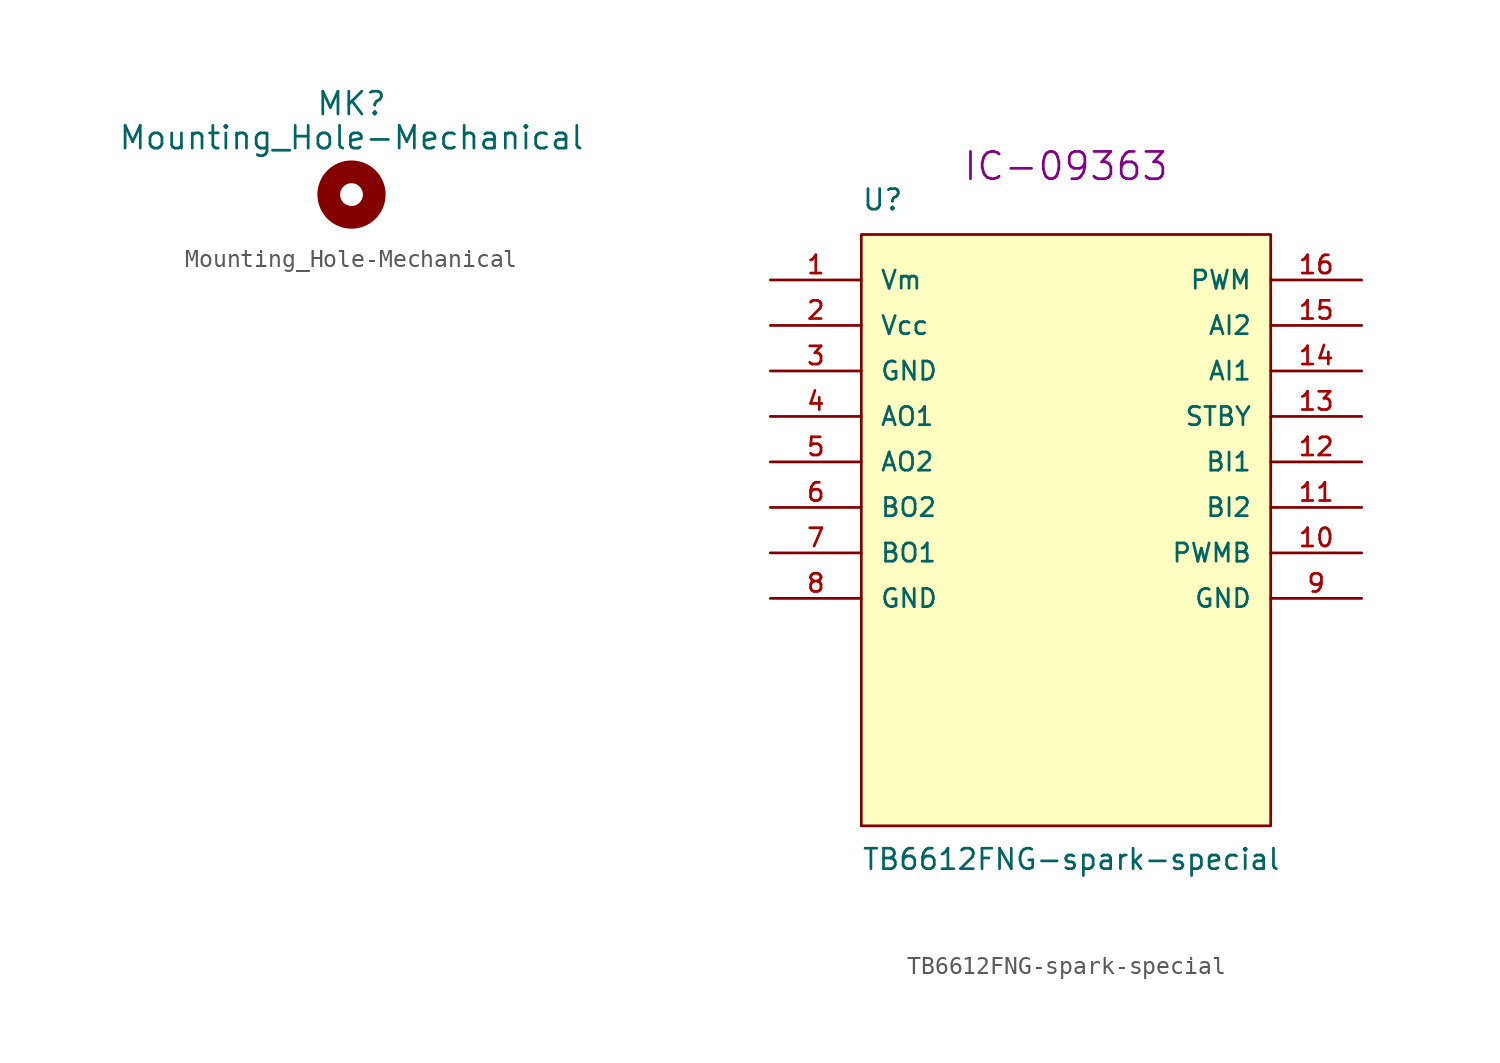
<source format=kicad_sym>
(kicad_symbol_lib
  (version 20220914)
  (generator kicad_symbol_editor)
  (symbol "Mounting_Hole-Mechanical"
    (pin_names
      (offset 1.016))
    (property "Reference" "MK"
      (at 0 5.08 0)
      (effects (font (size 1.27 1.27))))
    (property "Value" "Mounting_Hole-Mechanical"
      (at 0 3.175 0)
      (effects (font (size 1.27 1.27))))
    (symbol "Mounting_Hole-Mechanical_0_1"
      (circle (center 0 0) (radius 1.27) (stroke (width 1.27) (type solid)) (fill (type none)))))
  (symbol "TB6612FNG-spark-special"
    (pin_names
      (offset 1.016))
    (property "Reference" "U"
      (at -11.43 17.78 0)
      (effects (font (size 1.143 1.143)) (justify left bottom)))
    (property "Value" "TB6612FNG-spark-special"
      (at -11.43 -19.05 0)
      (effects (font (size 1.143 1.143)) (justify left bottom)))
    (property "Field4" "IC-09363"
      (at 0 20.32 0)
      (effects (font (size 1.524 1.524))))
    (property "ki_locked" ""
      (at 0 0 0)
      (effects (font (size 1.27 1.27))))
    (symbol "TB6612FNG-spark-special_1_1"
      (polyline (pts (xy -11.43 -16.51) (xy 11.43 -16.51) (xy 11.43 16.51) (xy -11.43 16.51) (xy -11.43 -16.51)) (stroke (width 0) (type solid)) (fill (type background)))
      (pin bidirectional line (at -16.51 13.97 0) (length 5.08) (name "Vm" (effects (font (size 1.016 1.016)))) (number "1" (effects (font (size 1.016 1.016)))))
      (pin bidirectional line (at 16.51 -1.27 180) (length 5.08) (name "PWMB" (effects (font (size 1.016 1.016)))) (number "10" (effects (font (size 1.016 1.016)))))
      (pin bidirectional line (at 16.51 1.27 180) (length 5.08) (name "BI2" (effects (font (size 1.016 1.016)))) (number "11" (effects (font (size 1.016 1.016)))))
      (pin bidirectional line (at 16.51 3.81 180) (length 5.08) (name "BI1" (effects (font (size 1.016 1.016)))) (number "12" (effects (font (size 1.016 1.016)))))
      (pin bidirectional line (at 16.51 6.35 180) (length 5.08) (name "STBY" (effects (font (size 1.016 1.016)))) (number "13" (effects (font (size 1.016 1.016)))))
      (pin bidirectional line (at 16.51 8.89 180) (length 5.08) (name "AI1" (effects (font (size 1.016 1.016)))) (number "14" (effects (font (size 1.016 1.016)))))
      (pin bidirectional line (at 16.51 11.43 180) (length 5.08) (name "AI2" (effects (font (size 1.016 1.016)))) (number "15" (effects (font (size 1.016 1.016)))))
      (pin bidirectional line (at 16.51 13.97 180) (length 5.08) (name "PWM" (effects (font (size 1.016 1.016)))) (number "16" (effects (font (size 1.016 1.016)))))
      (pin bidirectional line (at -16.51 11.43 0) (length 5.08) (name "Vcc" (effects (font (size 1.016 1.016)))) (number "2" (effects (font (size 1.016 1.016)))))
      (pin bidirectional line (at -16.51 8.89 0) (length 5.08) (name "GND" (effects (font (size 1.016 1.016)))) (number "3" (effects (font (size 1.016 1.016)))))
      (pin bidirectional line (at -16.51 6.35 0) (length 5.08) (name "AO1" (effects (font (size 1.016 1.016)))) (number "4" (effects (font (size 1.016 1.016)))))
      (pin bidirectional line (at -16.51 3.81 0) (length 5.08) (name "AO2" (effects (font (size 1.016 1.016)))) (number "5" (effects (font (size 1.016 1.016)))))
      (pin bidirectional line (at -16.51 1.27 0) (length 5.08) (name "BO2" (effects (font (size 1.016 1.016)))) (number "6" (effects (font (size 1.016 1.016)))))
      (pin bidirectional line (at -16.51 -1.27 0) (length 5.08) (name "BO1" (effects (font (size 1.016 1.016)))) (number "7" (effects (font (size 1.016 1.016)))))
      (pin bidirectional line (at -16.51 -3.81 0) (length 5.08) (name "GND" (effects (font (size 1.016 1.016)))) (number "8" (effects (font (size 1.016 1.016)))))
      (pin bidirectional line (at 16.51 -3.81 180) (length 5.08) (name "GND" (effects (font (size 1.016 1.016)))) (number "9" (effects (font (size 1.016 1.016))))))))
</source>
